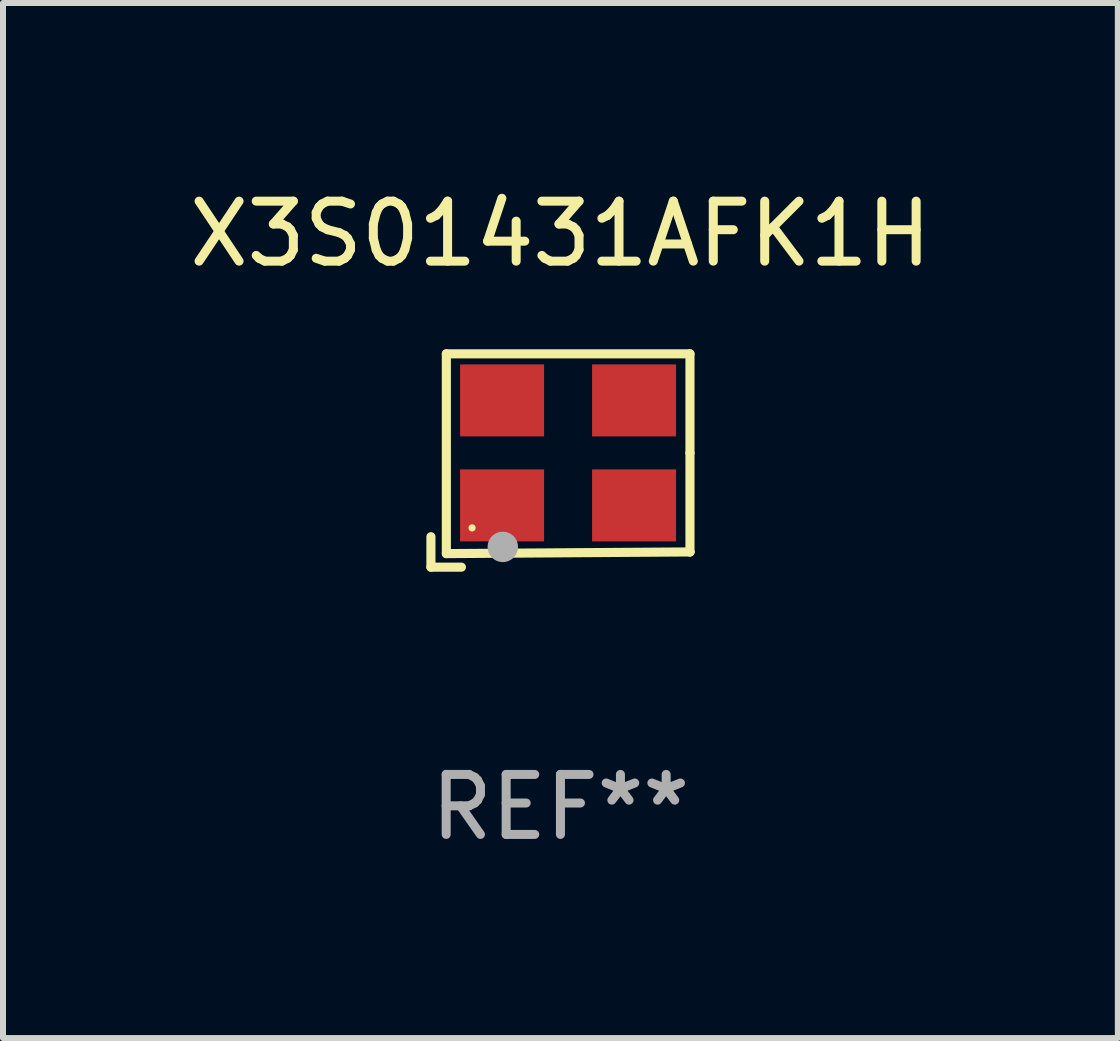
<source format=kicad_pcb>
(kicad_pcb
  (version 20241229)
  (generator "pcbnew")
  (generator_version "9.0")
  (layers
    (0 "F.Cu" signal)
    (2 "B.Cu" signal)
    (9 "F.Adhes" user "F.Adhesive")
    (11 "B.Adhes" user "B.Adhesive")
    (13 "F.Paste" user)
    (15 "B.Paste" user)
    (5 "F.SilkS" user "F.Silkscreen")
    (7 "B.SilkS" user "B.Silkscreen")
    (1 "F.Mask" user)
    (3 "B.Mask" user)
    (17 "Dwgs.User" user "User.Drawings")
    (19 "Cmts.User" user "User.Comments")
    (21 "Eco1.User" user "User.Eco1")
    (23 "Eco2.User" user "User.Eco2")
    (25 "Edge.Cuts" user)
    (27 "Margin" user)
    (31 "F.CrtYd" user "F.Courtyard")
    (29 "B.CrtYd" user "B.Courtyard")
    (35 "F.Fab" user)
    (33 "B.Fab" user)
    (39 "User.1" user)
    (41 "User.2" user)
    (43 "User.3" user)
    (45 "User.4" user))
  (footprint "X3S01431AFK1H"
    (layer "F.Cu")
    (at 6.292 4.626)
    (property "Reference" "X3S01431AFK1H" (at 0 -3.778 0) (layer "F.SilkS") (effects (font (size 1 1) (thickness 0.15))))
    (attr through_hole)
    (fp_line (start -2.159 1.27) (end -2.159 1.778) (stroke (width 0.152) (type solid)) (layer "F.SilkS"))
    (fp_line (start -2.159 1.778) (end -1.651 1.778) (stroke (width 0.152) (type solid)) (layer "F.SilkS"))
    (fp_line (start -1.902 -1.778) (end 2.159 -1.778) (stroke (width 0.152) (type solid)) (layer "F.SilkS"))
    (fp_line (start -1.902 1.552) (end -1.902 -1.778) (stroke (width 0.152) (type solid)) (layer "F.SilkS"))
    (fp_line (start 2.159 -1.778) (end 2.159 -0.127) (stroke (width 0.152) (type solid)) (layer "F.SilkS"))
    (fp_line (start 2.159 -0.127) (end 2.159 1.524) (stroke (width 0.152) (type solid)) (layer "F.SilkS"))
    (fp_line (start 2.159 1.524) (end -1.902 1.552) (stroke (width 0.152) (type solid)) (layer "F.SilkS"))
    (fp_line (start 2.159 1.524) (end 2.159 1.524) (stroke (width 0.152) (type solid)) (layer "F.SilkS"))
    (fp_circle (center -1.473 1.123) (end -1.443 1.123) (stroke (width 0.06) (type solid)) (fill no) (layer "F.SilkS"))
    (fp_circle (center -0.961 1.44) (end -0.834 1.44) (stroke (width 0.254) (type solid)) (fill no) (layer "F.Fab"))
    (fp_text user "REF**" (at 0 5.778 0) (layer "F.Fab") (effects (font (size 1 1) (thickness 0.15))))
    (pad "1" smd rect (at -0.973 0.748) (size 1.4 1.2) (layers "F.Cu" "F.Mask" "F.Paste"))
    (pad "2" smd rect (at 1.227 0.748) (size 1.4 1.2) (layers "F.Cu" "F.Mask" "F.Paste"))
    (pad "3" smd rect (at 1.227 -1.002) (size 1.4 1.2) (layers "F.Cu" "F.Mask" "F.Paste"))
    (pad "4" smd rect (at -0.973 -1.002) (size 1.4 1.2) (layers "F.Cu" "F.Mask" "F.Paste")))
  (gr_rect
    (start -3 -3)
    (end 15.583 14.253)
    (stroke (width 0.1) (type default))
    (fill no)
    (layer "Edge.Cuts")))
</source>
